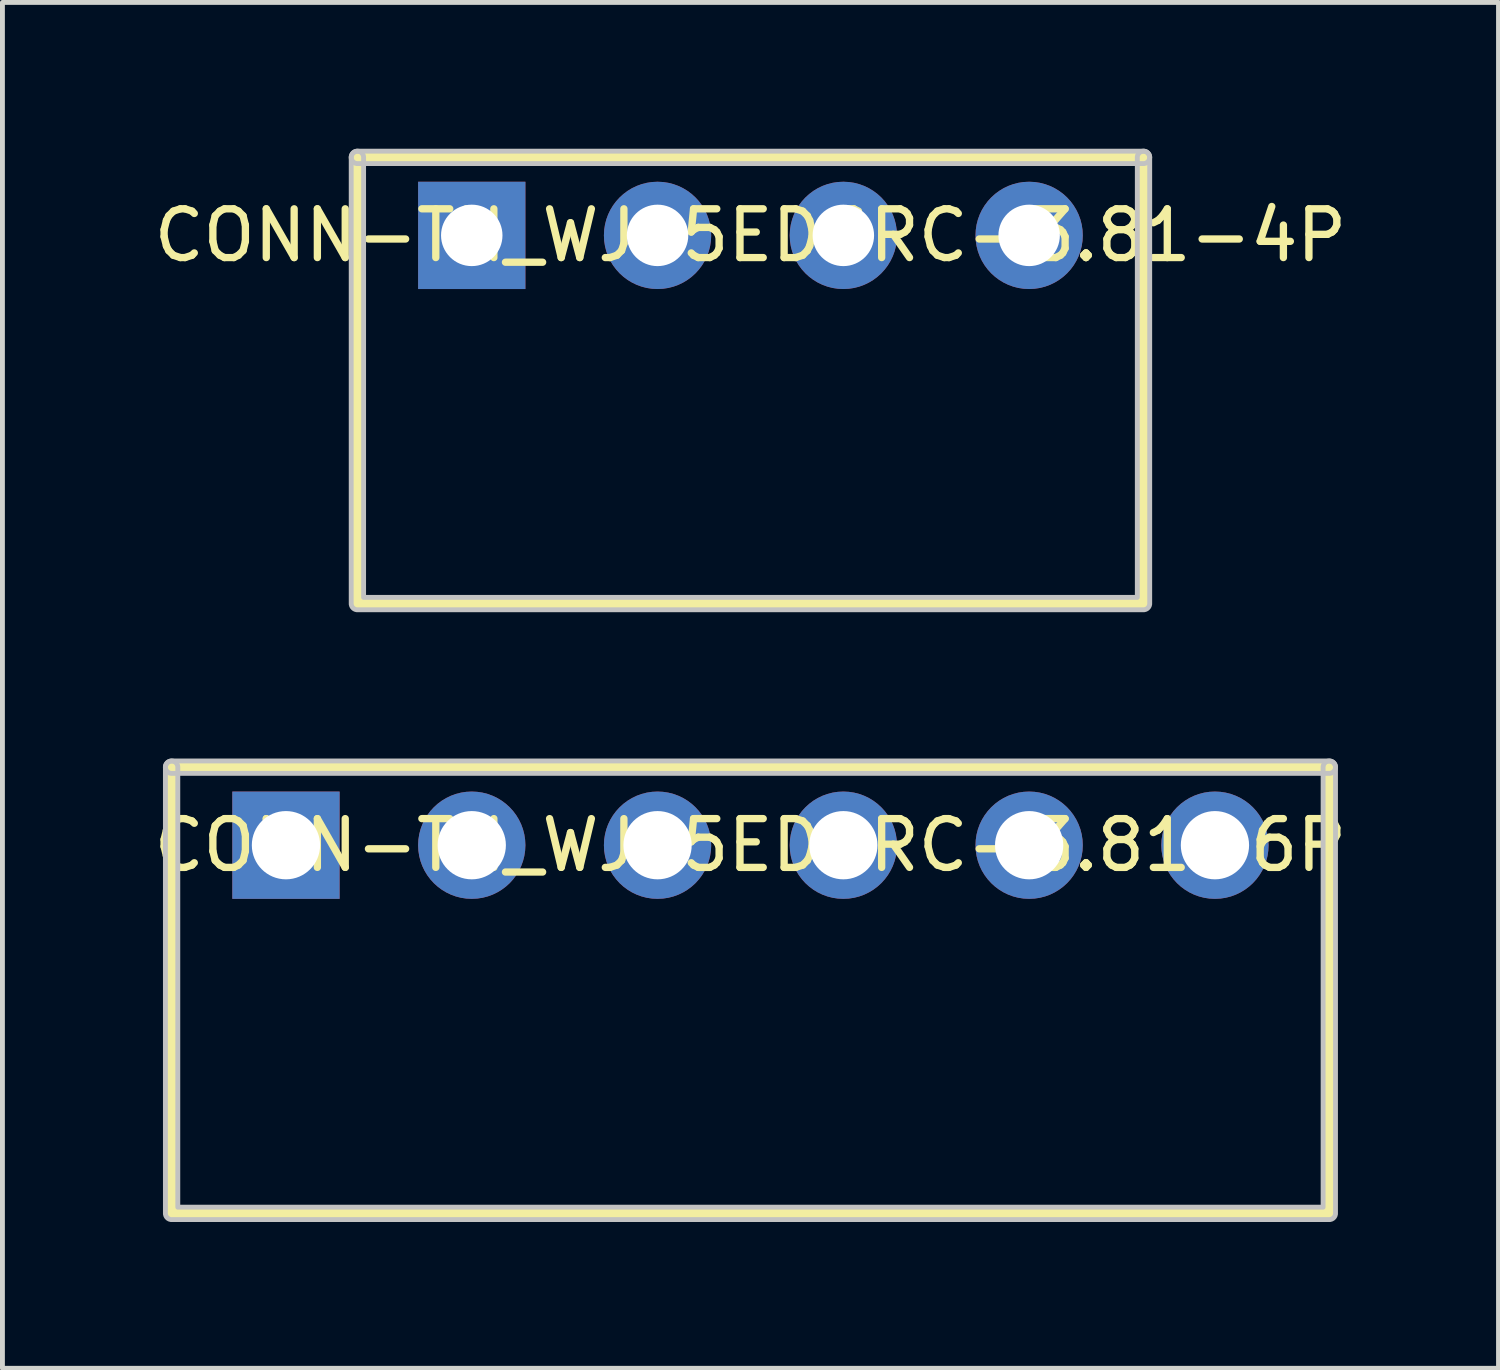
<source format=kicad_pcb>
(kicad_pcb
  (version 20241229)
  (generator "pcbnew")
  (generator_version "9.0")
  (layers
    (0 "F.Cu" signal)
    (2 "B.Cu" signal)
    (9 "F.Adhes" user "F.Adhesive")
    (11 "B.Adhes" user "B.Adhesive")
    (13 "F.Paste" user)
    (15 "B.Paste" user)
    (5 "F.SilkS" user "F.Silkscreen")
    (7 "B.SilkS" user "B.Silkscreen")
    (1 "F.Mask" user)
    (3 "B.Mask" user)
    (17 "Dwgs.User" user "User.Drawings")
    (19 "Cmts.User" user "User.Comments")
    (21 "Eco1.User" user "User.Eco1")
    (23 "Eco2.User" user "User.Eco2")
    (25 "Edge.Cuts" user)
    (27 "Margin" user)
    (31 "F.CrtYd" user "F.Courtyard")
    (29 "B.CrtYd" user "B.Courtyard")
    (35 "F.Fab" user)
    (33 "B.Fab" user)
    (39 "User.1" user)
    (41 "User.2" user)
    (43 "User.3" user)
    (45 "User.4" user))
  (footprint "CONN-TH_WJ15EDGRC-3.81-6P"
    (layer "F.Cu")
    (at 12.339 14.282)
    (property "Reference" "CONN-TH_WJ15EDGRC-3.81-6P" (at 0 0 0) (unlocked yes) (layer "F.SilkS") (effects (font (size 1 1) (thickness 0.15))))
    (fp_line (start -11.87 -1.6) (end -11.87 7.55) (stroke (width 0.254) (type default)) (layer "F.SilkS"))
    (fp_line (start -11.87 7.55) (end 11.87 7.55) (stroke (width 0.254) (type default)) (layer "F.SilkS"))
    (fp_line (start 11.87 -1.6) (end -11.87 -1.6) (stroke (width 0.254) (type default)) (layer "F.SilkS"))
    (fp_line (start 11.87 7.55) (end 11.87 -1.6) (stroke (width 0.254) (type default)) (layer "F.SilkS"))
    (fp_poly (pts (arc (start 11.87 -1.727) (mid 11.997 -1.6) (end 11.87 -1.473)) (arc (start -11.87 -1.473) (mid -11.997 -1.6) (end -11.87 -1.727))) (stroke (width 0.1) (type default)) (fill no) (layer "Dwgs.User"))
    (fp_poly (pts (arc (start -11.997 -1.6) (mid -11.87 -1.727) (end -11.743 -1.6)) (xy -11.743 7.423) (xy 11.743 7.423) (arc (start 11.743 -1.6) (mid 11.87 -1.727) (end 11.997 -1.6)) (arc (start 11.997 7.55) (mid 11.959803 7.639803) (end 11.87 7.677)) (arc (start -11.87 7.677) (mid -11.959803 7.639803) (end -11.997 7.55))) (stroke (width 0.1) (type default)) (fill no) (layer "Dwgs.User"))
    (fp_poly (pts (xy -9.925 -0.4) (xy -9.125 -0.4) (xy -9.125 0.4) (xy -9.925 0.4)) (stroke (width 0.1) (type default)) (fill no) (layer "User.1"))
    (fp_poly (pts (xy -6.115 -0.4) (xy -5.315 -0.4) (xy -5.315 0.4) (xy -6.115 0.4)) (stroke (width 0.1) (type default)) (fill no) (layer "User.1"))
    (fp_poly (pts (xy -2.305 -0.4) (xy -1.505 -0.4) (xy -1.505 0.4) (xy -2.305 0.4)) (stroke (width 0.1) (type default)) (fill no) (layer "User.1"))
    (fp_poly (pts (xy 1.505 -0.4) (xy 2.305 -0.4) (xy 2.305 0.4) (xy 1.505 0.4)) (stroke (width 0.1) (type default)) (fill no) (layer "User.1"))
    (fp_poly (pts (xy 5.315 -0.4) (xy 6.115 -0.4) (xy 6.115 0.4) (xy 5.315 0.4)) (stroke (width 0.1) (type default)) (fill no) (layer "User.1"))
    (fp_poly (pts (xy 9.125 -0.4) (xy 9.925 -0.4) (xy 9.925 0.4) (xy 9.125 0.4)) (stroke (width 0.1) (type default)) (fill no) (layer "User.1"))
    (fp_line (start -11.87 -1.6) (end 11.87 -1.6) (stroke (width 0.051) (type default)) (layer "User.2"))
    (fp_line (start -11.87 7.55) (end -11.87 -1.6) (stroke (width 0.051) (type default)) (layer "User.2"))
    (fp_line (start 11.87 -1.6) (end 11.87 7.55) (stroke (width 0.051) (type default)) (layer "User.2"))
    (fp_line (start 11.87 7.55) (end -11.87 7.55) (stroke (width 0.051) (type default)) (layer "User.2"))
    (fp_poly (pts (xy -11.81 7.55) (xy -11.828 7.508) (xy -11.87 7.49) (xy -11.912 7.508) (xy -11.93 7.55) (xy -11.912 7.592) (xy -11.87 7.61) (xy -11.828 7.592)) (stroke (width 0.1) (type default)) (fill no) (layer "User.3"))
    (pad "1" thru_hole rect (at -9.525 0) (size 2.2 2.2) (drill 1.4) (layers "*.Cu" "*.Mask"))
    (pad "2" thru_hole circle (at -5.715 0) (size 2.2 2.2) (drill 1.4) (layers "*.Cu" "*.Mask"))
    (pad "3" thru_hole circle (at -1.905 0) (size 2.2 2.2) (drill 1.4) (layers "*.Cu" "*.Mask"))
    (pad "4" thru_hole circle (at 1.905 0) (size 2.2 2.2) (drill 1.4) (layers "*.Cu" "*.Mask"))
    (pad "5" thru_hole circle (at 5.715 0) (size 2.2 2.2) (drill 1.4) (layers "*.Cu" "*.Mask"))
    (pad "6" thru_hole circle (at 9.525 0) (size 2.2 2.2) (drill 1.4) (layers "*.Cu" "*.Mask")))
  (footprint "CONN-TH_WJ15EDGRC-3.81-4P"
    (layer "F.Cu")
    (at 12.339 1.777)
    (property "Reference" "CONN-TH_WJ15EDGRC-3.81-4P" (at 0 0 0) (unlocked yes) (layer "F.SilkS") (effects (font (size 1 1) (thickness 0.15))))
    (fp_line (start -8.06 -1.6) (end -8.06 7.55) (stroke (width 0.254) (type default)) (layer "F.SilkS"))
    (fp_line (start -8.06 7.55) (end 8.06 7.55) (stroke (width 0.254) (type default)) (layer "F.SilkS"))
    (fp_line (start 8.06 -1.6) (end -8.06 -1.6) (stroke (width 0.254) (type default)) (layer "F.SilkS"))
    (fp_line (start 8.06 7.55) (end 8.06 -1.6) (stroke (width 0.254) (type default)) (layer "F.SilkS"))
    (fp_poly (pts (arc (start 8.06 -1.727) (mid 8.187 -1.6) (end 8.06 -1.473)) (arc (start -8.06 -1.473) (mid -8.187 -1.6) (end -8.06 -1.727))) (stroke (width 0.1) (type default)) (fill no) (layer "Dwgs.User"))
    (fp_poly (pts (arc (start -8.187 -1.6) (mid -8.06 -1.727) (end -7.933 -1.6)) (xy -7.933 7.423) (xy 7.933 7.423) (arc (start 7.933 -1.6) (mid 8.06 -1.727) (end 8.187 -1.6)) (arc (start 8.187 7.55) (mid 8.149803 7.639803) (end 8.06 7.677)) (arc (start -8.06 7.677) (mid -8.149803 7.639803) (end -8.187 7.55))) (stroke (width 0.1) (type default)) (fill no) (layer "Dwgs.User"))
    (fp_poly (pts (xy -6.115 -0.4) (xy -5.315 -0.4) (xy -5.315 0.4) (xy -6.115 0.4)) (stroke (width 0.1) (type default)) (fill no) (layer "User.1"))
    (fp_poly (pts (xy -2.305 -0.4) (xy -1.505 -0.4) (xy -1.505 0.4) (xy -2.305 0.4)) (stroke (width 0.1) (type default)) (fill no) (layer "User.1"))
    (fp_poly (pts (xy 1.505 -0.4) (xy 2.305 -0.4) (xy 2.305 0.4) (xy 1.505 0.4)) (stroke (width 0.1) (type default)) (fill no) (layer "User.1"))
    (fp_poly (pts (xy 5.315 -0.4) (xy 6.115 -0.4) (xy 6.115 0.4) (xy 5.315 0.4)) (stroke (width 0.1) (type default)) (fill no) (layer "User.1"))
    (fp_line (start -8.06 -1.6) (end 8.06 -1.6) (stroke (width 0.051) (type default)) (layer "User.2"))
    (fp_line (start -8.06 7.55) (end -8.06 -1.6) (stroke (width 0.051) (type default)) (layer "User.2"))
    (fp_line (start 8.06 -1.6) (end 8.06 7.55) (stroke (width 0.051) (type default)) (layer "User.2"))
    (fp_line (start 8.06 7.55) (end -8.06 7.55) (stroke (width 0.051) (type default)) (layer "User.2"))
    (fp_poly (pts (xy -8 7.55) (xy -8.018 7.508) (xy -8.06 7.49) (xy -8.102 7.508) (xy -8.12 7.55) (xy -8.102 7.592) (xy -8.06 7.61) (xy -8.018 7.592)) (stroke (width 0.1) (type default)) (fill no) (layer "User.3"))
    (pad "1" thru_hole rect (at -5.715 0) (size 2.2 2.2) (drill 1.26) (layers "*.Cu" "*.Mask"))
    (pad "2" thru_hole circle (at -1.905 0) (size 2.2 2.2) (drill 1.26) (layers "*.Cu" "*.Mask"))
    (pad "3" thru_hole circle (at 1.905 0) (size 2.2 2.2) (drill 1.26) (layers "*.Cu" "*.Mask"))
    (pad "4" thru_hole circle (at 5.715 0) (size 2.2 2.2) (drill 1.26) (layers "*.Cu" "*.Mask")))
  (gr_rect
    (start -3 -3)
    (end 27.679 25.009)
    (stroke (width 0.1) (type default))
    (fill no)
    (layer "Edge.Cuts")))
</source>
